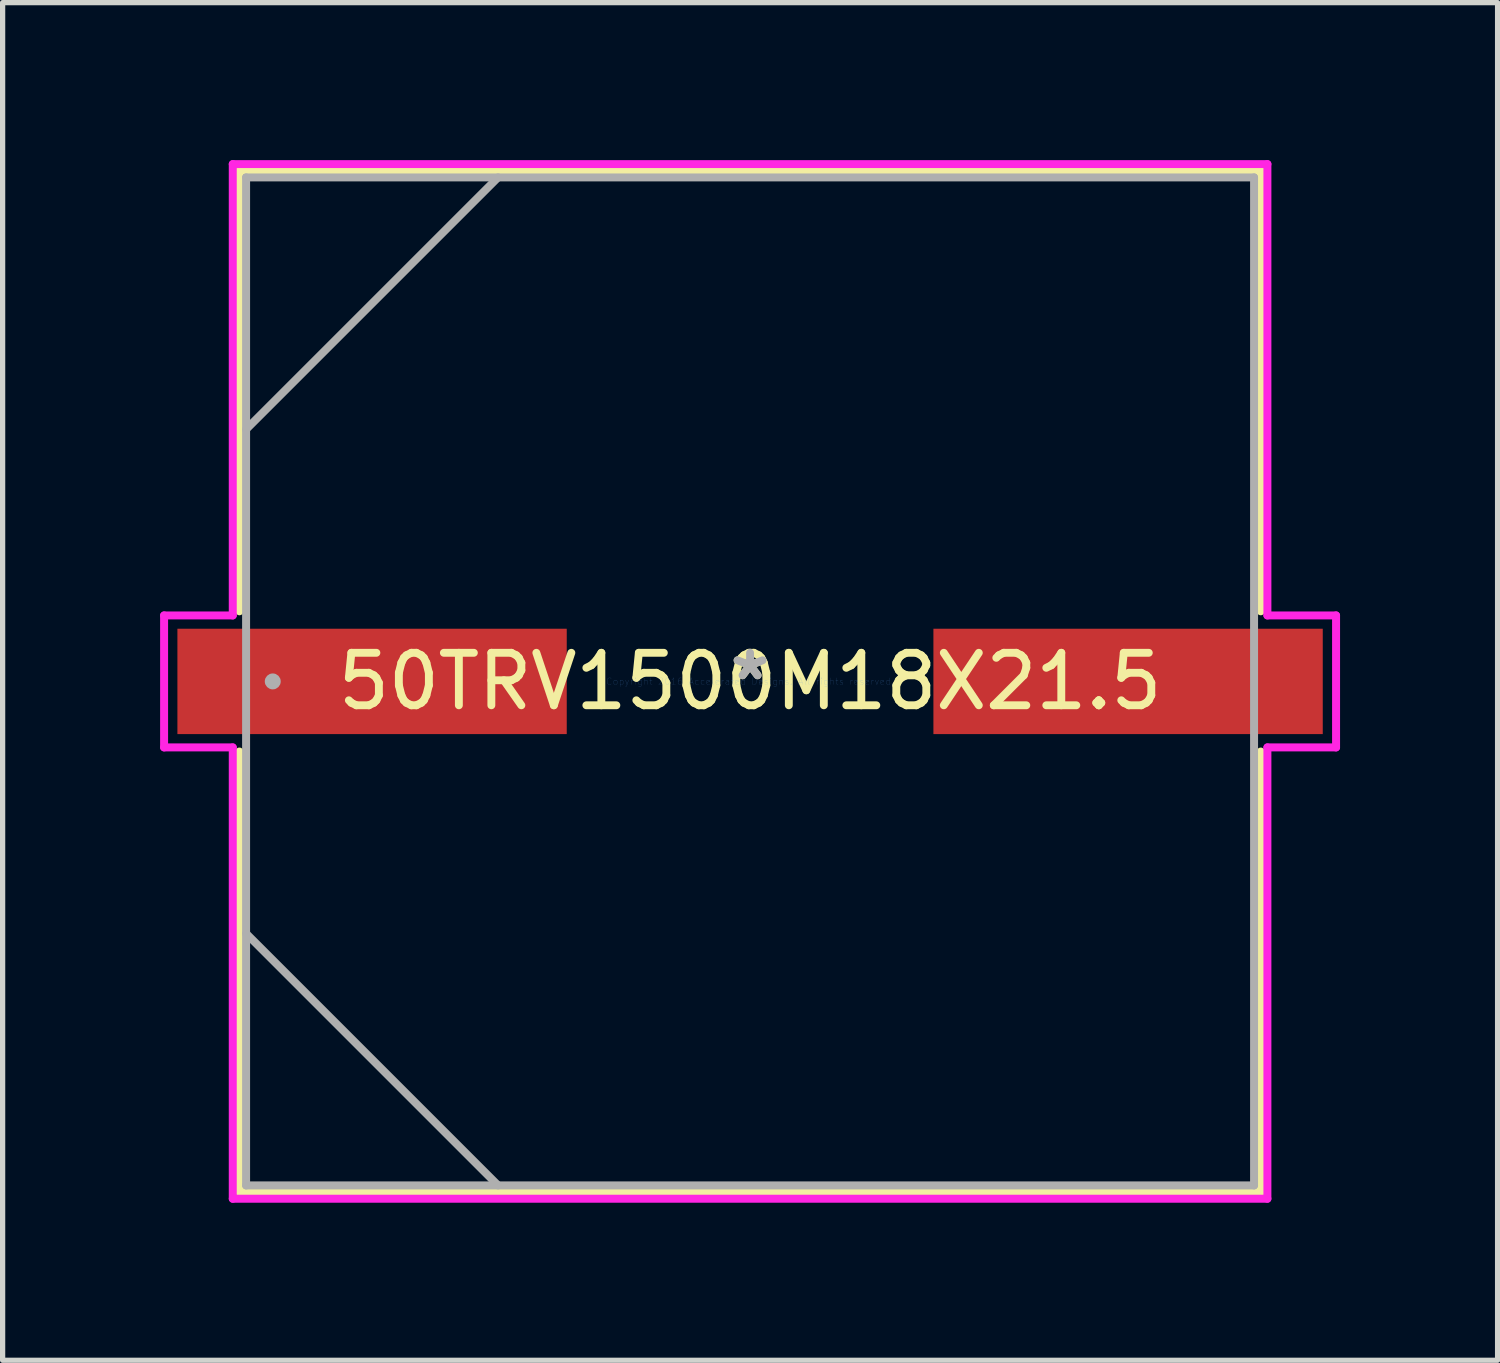
<source format=kicad_pcb>
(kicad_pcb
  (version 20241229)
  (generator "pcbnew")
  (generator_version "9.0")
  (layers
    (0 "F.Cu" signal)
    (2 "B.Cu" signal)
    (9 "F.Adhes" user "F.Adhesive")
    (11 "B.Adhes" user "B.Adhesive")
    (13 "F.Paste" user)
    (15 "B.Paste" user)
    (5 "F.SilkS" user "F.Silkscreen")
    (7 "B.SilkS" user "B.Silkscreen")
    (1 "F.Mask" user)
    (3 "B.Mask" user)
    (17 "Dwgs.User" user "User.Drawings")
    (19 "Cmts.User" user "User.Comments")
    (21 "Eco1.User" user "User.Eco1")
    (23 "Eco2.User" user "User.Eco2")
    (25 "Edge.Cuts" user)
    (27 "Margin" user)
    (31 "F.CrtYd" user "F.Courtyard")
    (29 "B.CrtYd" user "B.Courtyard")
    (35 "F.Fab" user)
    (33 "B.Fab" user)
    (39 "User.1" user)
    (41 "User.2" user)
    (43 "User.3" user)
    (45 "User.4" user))
  (footprint "50TRV1500M18X21.5"
    (layer "F.Cu")
    (at 11.239 9.931)
    (property "Reference" "50TRV1500M18X21.5" (at 0 0 0) (layer "F.SilkS") (effects (font (size 1 1) (thickness 0.15))))
    (attr through_hole)
    (fp_line (start -9.728 -9.728) (end -9.728 -1.336) (stroke (width 0.152) (type solid)) (layer "F.SilkS"))
    (fp_line (start -9.728 1.336) (end -9.728 9.728) (stroke (width 0.152) (type solid)) (layer "F.SilkS"))
    (fp_line (start -9.728 9.728) (end 9.728 9.728) (stroke (width 0.152) (type solid)) (layer "F.SilkS"))
    (fp_line (start 9.728 -9.728) (end -9.728 -9.728) (stroke (width 0.152) (type solid)) (layer "F.SilkS"))
    (fp_line (start 9.728 -1.336) (end 9.728 -9.728) (stroke (width 0.152) (type solid)) (layer "F.SilkS"))
    (fp_line (start 9.728 9.728) (end 9.728 1.336) (stroke (width 0.152) (type solid)) (layer "F.SilkS"))
    (fp_line (start -11.163 -1.257) (end -9.855 -1.257) (stroke (width 0.152) (type solid)) (layer "F.CrtYd"))
    (fp_line (start -11.163 1.257) (end -11.163 -1.257) (stroke (width 0.152) (type solid)) (layer "F.CrtYd"))
    (fp_line (start -9.855 -9.855) (end 9.855 -9.855) (stroke (width 0.152) (type solid)) (layer "F.CrtYd"))
    (fp_line (start -9.855 -1.257) (end -9.855 -9.855) (stroke (width 0.152) (type solid)) (layer "F.CrtYd"))
    (fp_line (start -9.855 1.257) (end -11.163 1.257) (stroke (width 0.152) (type solid)) (layer "F.CrtYd"))
    (fp_line (start -9.855 9.855) (end -9.855 1.257) (stroke (width 0.152) (type solid)) (layer "F.CrtYd"))
    (fp_line (start 9.855 -9.855) (end 9.855 -1.257) (stroke (width 0.152) (type solid)) (layer "F.CrtYd"))
    (fp_line (start 9.855 -1.257) (end 11.163 -1.257) (stroke (width 0.152) (type solid)) (layer "F.CrtYd"))
    (fp_line (start 9.855 1.257) (end 9.855 9.855) (stroke (width 0.152) (type solid)) (layer "F.CrtYd"))
    (fp_line (start 9.855 9.855) (end -9.855 9.855) (stroke (width 0.152) (type solid)) (layer "F.CrtYd"))
    (fp_line (start 11.163 -1.257) (end 11.163 1.257) (stroke (width 0.152) (type solid)) (layer "F.CrtYd"))
    (fp_line (start 11.163 1.257) (end 9.855 1.257) (stroke (width 0.152) (type solid)) (layer "F.CrtYd"))
    (fp_line (start -9.601 -9.601) (end -9.601 9.601) (stroke (width 0.152) (type solid)) (layer "F.Fab"))
    (fp_line (start -9.601 -4.801) (end -4.801 -9.601) (stroke (width 0.152) (type solid)) (layer "F.Fab"))
    (fp_line (start -9.601 4.801) (end -4.801 9.601) (stroke (width 0.152) (type solid)) (layer "F.Fab"))
    (fp_line (start -9.601 9.601) (end 9.601 9.601) (stroke (width 0.152) (type solid)) (layer "F.Fab"))
    (fp_line (start 9.601 -9.601) (end -9.601 -9.601) (stroke (width 0.152) (type solid)) (layer "F.Fab"))
    (fp_line (start 9.601 9.601) (end 9.601 -9.601) (stroke (width 0.152) (type solid)) (layer "F.Fab"))
    (fp_circle (center -9.093 0) (end -9.093 0) (stroke (width 0.152) (type solid)) (fill no) (layer "F.Fab"))
    (fp_text user "*" (at 0 0 0) (layer "F.SilkS") (effects (font (size 1 1) (thickness 0.15))))
    (fp_text user "Copyright 2016 Accelerated Designs. All rights reserved." (at 0 0 0) (layer "Cmts.User") (effects (font (size 0.127 0.127) (thickness 0.002))))
    (fp_text user "*" (at 0 0 0) (layer "F.Fab") (effects (font (size 1 1) (thickness 0.15))))
    (pad "1" smd rect (at -7.201 0) (size 7.417 2.007) (layers "F.Cu" "F.Mask" "F.Paste"))
    (pad "2" smd rect (at 7.201 0) (size 7.417 2.007) (layers "F.Cu" "F.Mask" "F.Paste")))
  (gr_rect
    (start -3 -3)
    (end 25.479 22.863)
    (stroke (width 0.1) (type default))
    (fill no)
    (layer "Edge.Cuts")))
</source>
